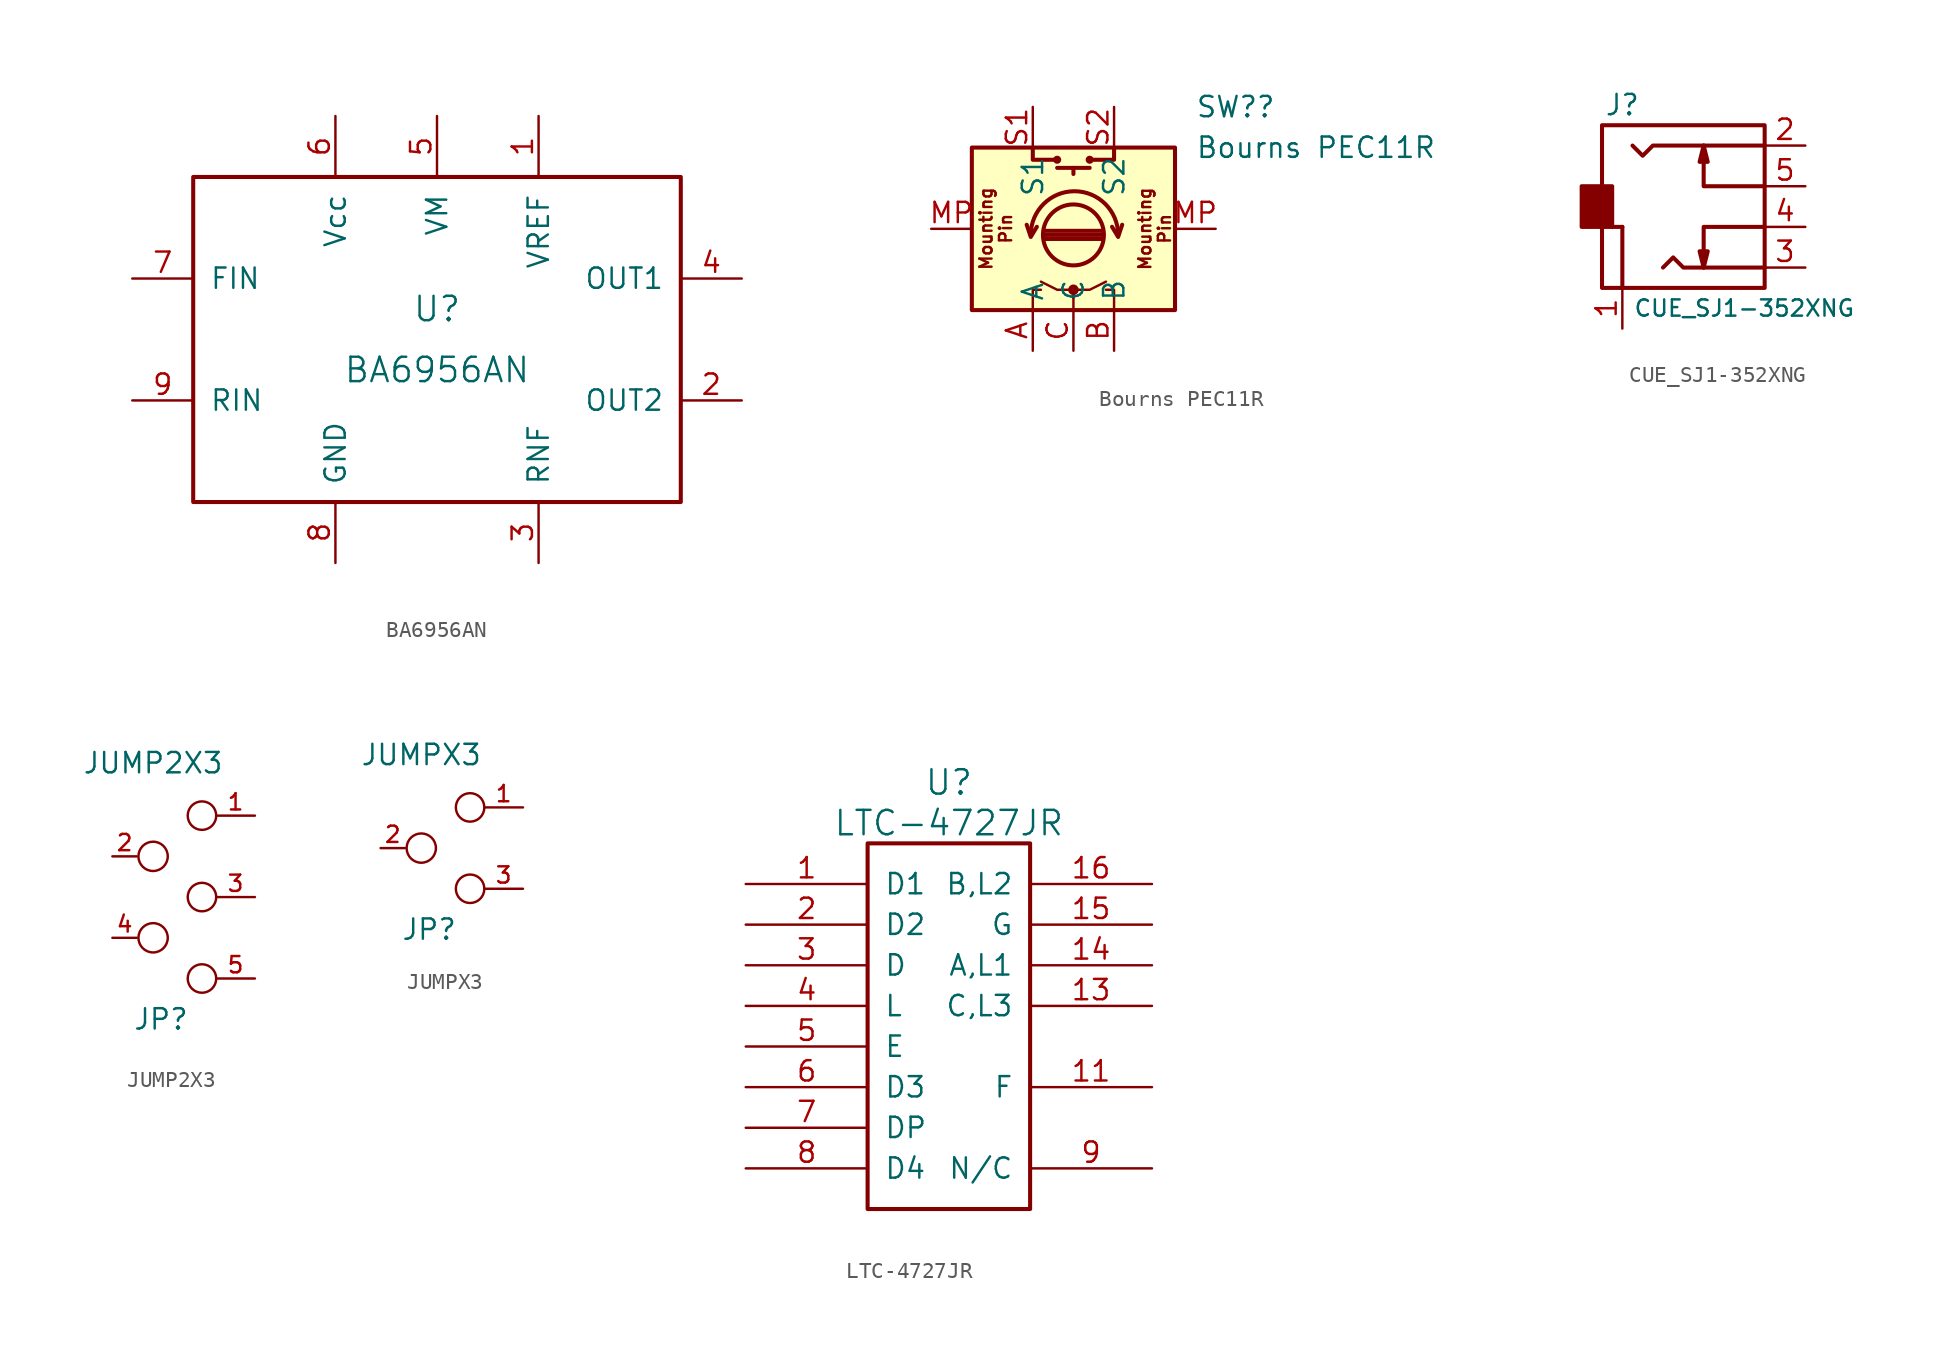
<source format=kicad_sym>
(kicad_symbol_lib
  (version 20201005)
  (generator kicad_symbol_editor)
  (symbol "BA6956AN"
    (pin_names
      (offset 1.016))
    (property "Reference" "U"
      (at 0 1.905 0)
      (effects (font (size 1.524 1.524))))
    (property "Value" "BA6956AN"
      (at 0 -1.905 0)
      (effects (font (size 1.524 1.524))))
    (property "Footprint" ""
      (at -17.78 -10.16 0)
      (effects (font (size 1.524 1.524))))
    (property "Datasheet" ""
      (at -17.78 -10.16 0)
      (effects (font (size 1.524 1.524))))
    (symbol "BA6956AN_0_1"
      (rectangle (start -15.24 10.16) (end 15.24 -10.16) (stroke (width 0.254) (type default)) (fill (type none))))
    (symbol "BA6956AN_1_1"
      (pin input line (at 6.35 13.97 270) (length 3.81) (name "VREF" (effects (font (size 1.27 1.27)))) (number "1" (effects (font (size 1.27 1.27)))))
      (pin input line (at 19.05 -3.81 180) (length 3.81) (name "OUT2" (effects (font (size 1.27 1.27)))) (number "2" (effects (font (size 1.27 1.27)))))
      (pin input line (at 6.35 -13.97 90) (length 3.81) (name "RNF" (effects (font (size 1.27 1.27)))) (number "3" (effects (font (size 1.27 1.27)))))
      (pin input line (at 19.05 3.81 180) (length 3.81) (name "OUT1" (effects (font (size 1.27 1.27)))) (number "4" (effects (font (size 1.27 1.27)))))
      (pin input line (at 0 13.97 270) (length 3.81) (name "VM" (effects (font (size 1.27 1.27)))) (number "5" (effects (font (size 1.27 1.27)))))
      (pin input line (at -6.35 13.97 270) (length 3.81) (name "Vcc" (effects (font (size 1.27 1.27)))) (number "6" (effects (font (size 1.27 1.27)))))
      (pin input line (at -19.05 3.81 0) (length 3.81) (name "FIN" (effects (font (size 1.27 1.27)))) (number "7" (effects (font (size 1.27 1.27)))))
      (pin input line (at -6.35 -13.97 90) (length 3.81) (name "GND" (effects (font (size 1.27 1.27)))) (number "8" (effects (font (size 1.27 1.27)))))
      (pin input line (at -19.05 -3.81 0) (length 3.81) (name "RIN" (effects (font (size 1.27 1.27)))) (number "9" (effects (font (size 1.27 1.27)))))))
  (symbol "Bourns PEC11R"
    (property "Reference" "SW?"
      (at 7.62 7.62 0)
      (effects (font (size 1.27 1.27)) (justify left)))
    (property "Value" "Bourns PEC11R"
      (at 7.62 5.08 0)
      (effects (font (size 1.27 1.27)) (justify left)))
    (symbol "Bourns PEC11R_0_0"
      (text "Mounting\nPin" (at -4.85 0.008 900) (effects (font (size 0.762 0.762))))
      (text "Mounting\nPin" (at 5.08 0 900) (effects (font (size 0.762 0.762)))))
    (symbol "Bourns PEC11R_0_1"
      (rectangle (start -6.35 5.08) (end 6.35 -5.08) (stroke (width 0.254) (type default)) (fill (type background)))
      (circle (center -1.016 4.318) (radius 0.127) (stroke (width 0.254) (type default)) (fill (type none)))
      (circle (center 0 -3.81) (radius 0.254) (stroke (width 0) (type default)) (fill (type outline)))
      (circle (center 0 -0.381) (radius 1.905) (stroke (width 0.254) (type default)) (fill (type none)))
      (polyline (pts (xy -1.778 -0.127) (xy 1.778 -0.127)) (stroke (width 0.254) (type default)) (fill (type none)))
      (polyline (pts (xy -1.016 3.81) (xy 1.016 3.81)) (stroke (width 0.254) (type default)) (fill (type none)))
      (polyline (pts (xy 0 3.81) (xy 0 3.429)) (stroke (width 0.254) (type default)) (fill (type none)))
      (polyline (pts (xy 1.778 -0.635) (xy -1.778 -0.635)) (stroke (width 0.254) (type default)) (fill (type none)))
      (polyline (pts (xy 1.778 -0.381) (xy -1.778 -0.381)) (stroke (width 0.254) (type default)) (fill (type none)))
      (polyline (pts (xy -2.921 0.254) (xy -2.667 -0.508) (xy -2.286 0.127)) (stroke (width 0.254) (type default)) (fill (type none)))
      (polyline (pts (xy -2.54 -5.08) (xy -2.54 -3.81) (xy -2.032 -3.81)) (stroke (width 0) (type default)) (fill (type none)))
      (polyline (pts (xy -2.54 5.08) (xy -2.54 4.318) (xy -1.016 4.318)) (stroke (width 0.254) (type default)) (fill (type none)))
      (polyline (pts (xy 2.54 -5.08) (xy 2.54 -3.81) (xy 2.032 -3.81)) (stroke (width 0) (type default)) (fill (type none)))
      (polyline (pts (xy 2.54 5.08) (xy 2.54 4.318) (xy 1.016 4.318)) (stroke (width 0.254) (type default)) (fill (type none)))
      (polyline (pts (xy 3.048 0.254) (xy 2.794 -0.508) (xy 2.413 0.127)) (stroke (width 0.254) (type default)) (fill (type none)))
      (polyline (pts (xy 0 -5.08) (xy 0 -3.81) (xy 1.016 -3.81) (xy 2.032 -3.302)) (stroke (width 0) (type default)) (fill (type none)))
      (polyline (pts (xy 0 -4.318) (xy 0 -3.81) (xy -1.016 -3.81) (xy -2.032 -3.302)) (stroke (width 0) (type default)) (fill (type none)))
      (circle (center 1.016 4.318) (radius 0.127) (stroke (width 0.254) (type default)) (fill (type none)))
      (arc (start 2.794 -0.381) (mid 0.0635 2.3376) (end -2.667 -0.381) (stroke (width 0.254) (type default)) (fill (type none))))
    (symbol "Bourns PEC11R_1_1"
      (pin passive line (at -2.54 -7.62 90) (length 2.54) (name "A" (effects (font (size 1.27 1.27)))) (number "A" (effects (font (size 1.27 1.27)))))
      (pin passive line (at 2.54 -7.62 90) (length 2.54) (name "B" (effects (font (size 1.27 1.27)))) (number "B" (effects (font (size 1.27 1.27)))))
      (pin passive line (at 0 -7.62 90) (length 2.54) (name "C" (effects (font (size 1.27 1.27)))) (number "C" (effects (font (size 1.27 1.27)))))
      (pin passive line (at -8.89 0 0) (length 2.54) (name "" (effects (font (size 1.27 1.27)))) (number "MP" (effects (font (size 1.27 1.27)))))
      (pin passive line (at 8.89 0 180) (length 2.54) (name "" (effects (font (size 1.27 1.27)))) (number "MP" (effects (font (size 1.27 1.27)))))
      (pin passive line (at -2.54 7.62 270) (length 2.54) (name "S1" (effects (font (size 1.27 1.27)))) (number "S1" (effects (font (size 1.27 1.27)))))
      (pin passive line (at 2.54 7.62 270) (length 2.54) (name "S2" (effects (font (size 1.27 1.27)))) (number "S2" (effects (font (size 1.27 1.27)))))))
  (symbol "CUE_SJ1-352XNG"
    (pin_names
      (offset 1.016) hide)
    (property "Reference" "J"
      (at -3.81 6.35 0)
      (effects (font (size 1.27 1.27))))
    (property "Value" "CUE_SJ1-352XNG"
      (at 3.81 -6.35 0)
      (effects (font (size 1.016 1.016))))
    (symbol "CUE_SJ1-352XNG_0_1"
      (rectangle (start -5.08 5.08) (end 5.08 -5.08) (stroke (width 0.254) (type default)) (fill (type none)))
      (rectangle (start -4.445 -1.27) (end -6.35 1.27) (stroke (width 0.254) (type default)) (fill (type outline)))
      (polyline (pts (xy -4.445 -1.27) (xy -3.81 -1.27)) (stroke (width 0.254) (type default)) (fill (type none)))
      (polyline (pts (xy -3.81 -1.27) (xy -3.81 -5.08)) (stroke (width 0.254) (type default)) (fill (type none)))
      (polyline (pts (xy 5.08 -1.27) (xy 1.27 -1.27) (xy 1.27 -3.81)) (stroke (width 0.254) (type default)) (fill (type none)))
      (polyline (pts (xy 5.08 1.27) (xy 1.27 1.27) (xy 1.27 3.81)) (stroke (width 0.254) (type default)) (fill (type none)))
      (polyline (pts (xy -3.175 3.81) (xy -2.54 3.175) (xy -1.905 3.81) (xy 5.08 3.81)) (stroke (width 0.254) (type default)) (fill (type none)))
      (polyline (pts (xy -1.27 -3.81) (xy -0.635 -3.175) (xy 0 -3.81) (xy 5.08 -3.81)) (stroke (width 0.254) (type default)) (fill (type none)))
      (polyline (pts (xy 1.27 -3.81) (xy 1.016 -2.794) (xy 1.524 -2.794) (xy 1.27 -3.81)) (stroke (width 0.254) (type default)) (fill (type none)))
      (polyline (pts (xy 1.27 3.81) (xy 1.016 2.794) (xy 1.524 2.794) (xy 1.27 3.81)) (stroke (width 0.254) (type default)) (fill (type none))))
    (symbol "CUE_SJ1-352XNG_1_1"
      (pin passive line (at -3.81 -7.62 90) (length 2.54) (name "Sleeve" (effects (font (size 1.27 1.27)))) (number "1" (effects (font (size 1.27 1.27)))))
      (pin passive line (at 7.62 3.81 180) (length 2.54) (name "Tip" (effects (font (size 1.27 1.27)))) (number "2" (effects (font (size 1.27 1.27)))))
      (pin passive line (at 7.62 -3.81 180) (length 2.54) (name "Tip" (effects (font (size 1.27 1.27)))) (number "3" (effects (font (size 1.27 1.27)))))
      (pin passive line (at 7.62 -1.27 180) (length 2.54) (name "Tip_Switch" (effects (font (size 1.27 1.27)))) (number "4" (effects (font (size 1.27 1.27)))))
      (pin passive line (at 7.62 1.27 180) (length 2.54) (name "Ring_Switch" (effects (font (size 1.27 1.27)))) (number "5" (effects (font (size 1.27 1.27)))))))
  (symbol "JUMP2X3"
    (pin_names
      (offset 0.762) hide)
    (property "Reference" "JP"
      (at -1.27 -10.16 0)
      (effects (font (size 1.27 1.27)) (justify left)))
    (property "Value" "JUMP2X3"
      (at 0 5.08 0)
      (effects (font (size 1.27 1.27)) (justify bottom)))
    (property "Footprint" ""
      (at 0 0 90)
      (effects (font (size 1.27 1.27))))
    (property "Datasheet" ""
      (at 0 0 90)
      (effects (font (size 1.27 1.27))))
    (symbol "JUMP2X3_0_1"
      (circle (center 0 -5.08) (radius 0.914) (stroke (width 0) (type default)) (fill (type none)))
      (circle (center 0 0) (radius 0.914) (stroke (width 0) (type default)) (fill (type none)))
      (circle (center 3.048 -7.62) (radius 0.889) (stroke (width 0) (type default)) (fill (type none)))
      (circle (center 3.048 -2.54) (radius 0.889) (stroke (width 0) (type default)) (fill (type none)))
      (circle (center 3.048 2.54) (radius 0.889) (stroke (width 0) (type default)) (fill (type none)))
      (pin passive line (at 6.35 2.54 180) (length 2.413) (name "1" (effects (font (size 1.016 1.016)))) (number "1" (effects (font (size 1.016 1.016)))))
      (pin passive line (at -2.54 0 0) (length 1.524) (name "2" (effects (font (size 1.016 1.016)))) (number "2" (effects (font (size 1.016 1.016)))))
      (pin passive line (at 6.35 -2.54 180) (length 2.413) (name "3" (effects (font (size 1.016 1.016)))) (number "3" (effects (font (size 1.016 1.016)))))
      (pin passive line (at -2.54 -5.08 0) (length 1.524) (name "4" (effects (font (size 1.016 1.016)))) (number "4" (effects (font (size 1.016 1.016)))))
      (pin passive line (at 6.35 -7.62 180) (length 2.413) (name "5" (effects (font (size 1.016 1.016)))) (number "5" (effects (font (size 1.016 1.016)))))))
  (symbol "JUMPX3"
    (pin_names
      (offset 0.762) hide)
    (property "Reference" "JP"
      (at -1.27 -5.08 0)
      (effects (font (size 1.27 1.27)) (justify left)))
    (property "Value" "JUMPX3"
      (at 0 5.08 0)
      (effects (font (size 1.27 1.27)) (justify bottom)))
    (property "Footprint" ""
      (at 0 0 90)
      (effects (font (size 1.27 1.27))))
    (property "Datasheet" ""
      (at 0 0 90)
      (effects (font (size 1.27 1.27))))
    (symbol "JUMPX3_0_1"
      (circle (center 0 0) (radius 0.914) (stroke (width 0) (type default)) (fill (type none)))
      (circle (center 3.048 -2.54) (radius 0.889) (stroke (width 0) (type default)) (fill (type none)))
      (circle (center 3.048 2.54) (radius 0.889) (stroke (width 0) (type default)) (fill (type none)))
      (pin passive line (at 6.35 2.54 180) (length 2.413) (name "1" (effects (font (size 1.016 1.016)))) (number "1" (effects (font (size 1.016 1.016)))))
      (pin passive line (at -2.54 0 0) (length 1.524) (name "2" (effects (font (size 1.016 1.016)))) (number "2" (effects (font (size 1.016 1.016)))))
      (pin passive line (at 6.35 -2.54 180) (length 2.413) (name "3" (effects (font (size 1.016 1.016)))) (number "3" (effects (font (size 1.016 1.016)))))))
  (symbol "LTC-4727JR"
    (pin_names
      (offset 1.016))
    (property "Reference" "U"
      (at 0 15.24 0)
      (effects (font (size 1.524 1.524))))
    (property "Value" "LTC-4727JR"
      (at 0 12.7 0)
      (effects (font (size 1.524 1.524))))
    (property "Footprint" ""
      (at -17.78 10.16 0)
      (effects (font (size 1.524 1.524))))
    (property "Datasheet" ""
      (at -17.78 10.16 0)
      (effects (font (size 1.524 1.524))))
    (symbol "LTC-4727JR_0_1"
      (rectangle (start -5.08 11.43) (end 5.08 -11.43) (stroke (width 0.254) (type default)) (fill (type none))))
    (symbol "LTC-4727JR_1_1"
      (pin input line (at -12.7 8.89 0) (length 7.62) (name "D1" (effects (font (size 1.27 1.27)))) (number "1" (effects (font (size 1.27 1.27)))))
      (pin input line (at 12.7 -3.81 180) (length 7.62) (name "F" (effects (font (size 1.27 1.27)))) (number "11" (effects (font (size 1.27 1.27)))))
      (pin input line (at 12.7 1.27 180) (length 7.62) (name "C,L3" (effects (font (size 1.27 1.27)))) (number "13" (effects (font (size 1.27 1.27)))))
      (pin input line (at 12.7 3.81 180) (length 7.62) (name "A,L1" (effects (font (size 1.27 1.27)))) (number "14" (effects (font (size 1.27 1.27)))))
      (pin input line (at 12.7 6.35 180) (length 7.62) (name "G" (effects (font (size 1.27 1.27)))) (number "15" (effects (font (size 1.27 1.27)))))
      (pin input line (at 12.7 8.89 180) (length 7.62) (name "B,L2" (effects (font (size 1.27 1.27)))) (number "16" (effects (font (size 1.27 1.27)))))
      (pin input line (at -12.7 6.35 0) (length 7.62) (name "D2" (effects (font (size 1.27 1.27)))) (number "2" (effects (font (size 1.27 1.27)))))
      (pin input line (at -12.7 3.81 0) (length 7.62) (name "D" (effects (font (size 1.27 1.27)))) (number "3" (effects (font (size 1.27 1.27)))))
      (pin input line (at -12.7 1.27 0) (length 7.62) (name "L" (effects (font (size 1.27 1.27)))) (number "4" (effects (font (size 1.27 1.27)))))
      (pin input line (at -12.7 -1.27 0) (length 7.62) (name "E" (effects (font (size 1.27 1.27)))) (number "5" (effects (font (size 1.27 1.27)))))
      (pin input line (at -12.7 -3.81 0) (length 7.62) (name "D3" (effects (font (size 1.27 1.27)))) (number "6" (effects (font (size 1.27 1.27)))))
      (pin input line (at -12.7 -6.35 0) (length 7.62) (name "DP" (effects (font (size 1.27 1.27)))) (number "7" (effects (font (size 1.27 1.27)))))
      (pin input line (at -12.7 -8.89 0) (length 7.62) (name "D4" (effects (font (size 1.27 1.27)))) (number "8" (effects (font (size 1.27 1.27)))))
      (pin input line (at 12.7 -8.89 180) (length 7.62) (name "N/C" (effects (font (size 1.27 1.27)))) (number "9" (effects (font (size 1.27 1.27))))))))
</source>
